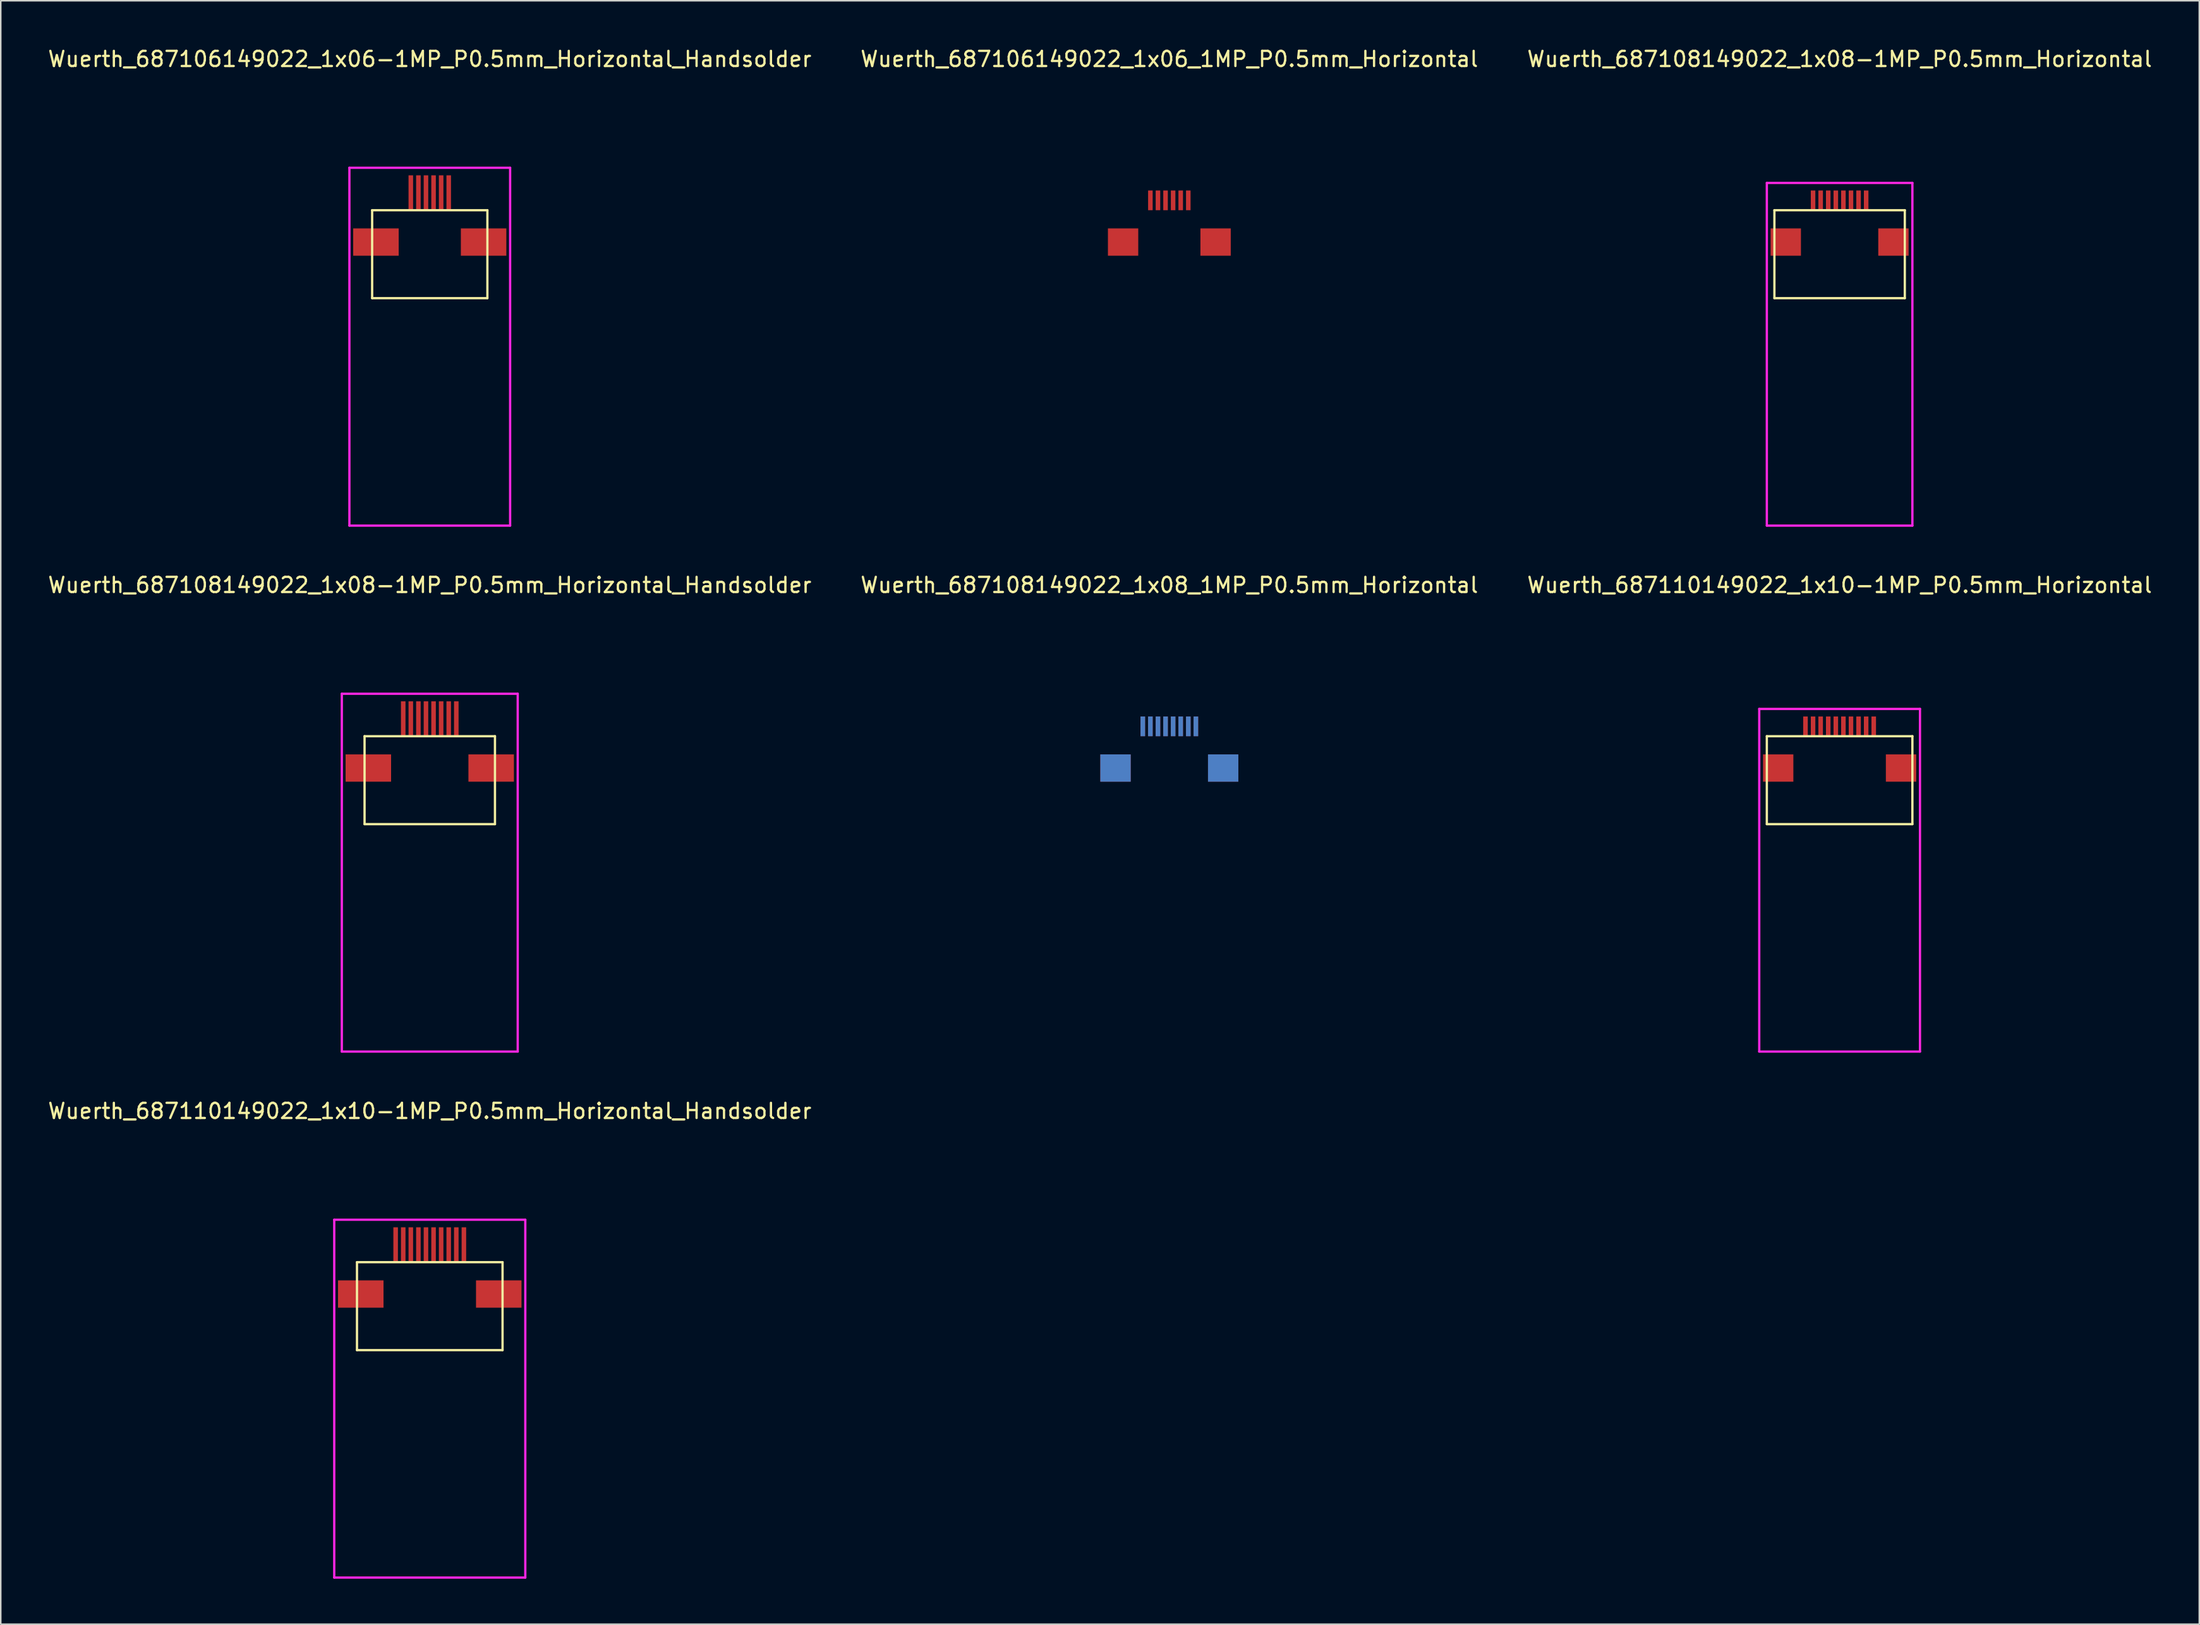
<source format=kicad_pcb>
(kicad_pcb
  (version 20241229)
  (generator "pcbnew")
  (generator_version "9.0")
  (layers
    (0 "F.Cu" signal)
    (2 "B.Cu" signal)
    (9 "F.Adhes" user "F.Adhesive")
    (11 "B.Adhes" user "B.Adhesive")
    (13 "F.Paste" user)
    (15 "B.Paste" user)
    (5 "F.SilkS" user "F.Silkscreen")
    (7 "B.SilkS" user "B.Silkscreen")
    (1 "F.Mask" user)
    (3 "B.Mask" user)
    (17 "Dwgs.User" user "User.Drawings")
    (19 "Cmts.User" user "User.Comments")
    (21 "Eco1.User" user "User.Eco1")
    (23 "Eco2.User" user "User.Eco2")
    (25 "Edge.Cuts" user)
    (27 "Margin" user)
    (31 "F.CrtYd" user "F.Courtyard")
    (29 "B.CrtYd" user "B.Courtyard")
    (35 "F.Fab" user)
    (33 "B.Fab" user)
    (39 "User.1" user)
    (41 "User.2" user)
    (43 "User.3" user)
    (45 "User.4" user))
  (footprint "Wuerth_687108149022_1x08-1MP_P0.5mm_Horizontal_Handsolder"
    (layer "F.Cu")
    (at 25.292 47.602)
    (property "Reference" "Wuerth_687108149022_1x08-1MP_P0.5mm_Horizontal_Handsolder" (at 0 -12.065 0) (layer "F.SilkS") (effects (font (size 1 1) (thickness 0.15))))
    (attr through_hole)
    (fp_line (start -4.3 -2.1) (end 4.3 -2.1) (stroke (width 0.15) (type solid)) (layer "F.SilkS"))
    (fp_line (start -4.3 3.7) (end -4.3 -2.1) (stroke (width 0.15) (type solid)) (layer "F.SilkS"))
    (fp_line (start 4.3 -2.1) (end 4.3 3.7) (stroke (width 0.15) (type solid)) (layer "F.SilkS"))
    (fp_line (start 4.3 3.7) (end -4.3 3.7) (stroke (width 0.15) (type solid)) (layer "F.SilkS"))
    (fp_line (start -5.8 -4.9) (end 5.8 -4.9) (stroke (width 0.15) (type solid)) (layer "F.CrtYd"))
    (fp_line (start -5.8 18.7) (end -5.8 -4.9) (stroke (width 0.15) (type solid)) (layer "F.CrtYd"))
    (fp_line (start 5.8 -4.9) (end 5.8 18.7) (stroke (width 0.15) (type solid)) (layer "F.CrtYd"))
    (fp_line (start 5.8 18.7) (end -5.8 18.7) (stroke (width 0.15) (type solid)) (layer "F.CrtYd"))
    (pad "1" smd rect (at -1.75 -3.25) (size 0.3 2.3) (layers "F.Cu" "F.Mask"))
    (pad "2" smd rect (at -1.25 -3.25) (size 0.3 2.3) (layers "F.Cu" "F.Mask"))
    (pad "3" smd rect (at -0.75 -3.25) (size 0.3 2.3) (layers "F.Cu" "F.Mask"))
    (pad "4" smd rect (at -0.25 -3.25) (size 0.3 2.3) (layers "F.Cu" "F.Mask"))
    (pad "5" smd rect (at 0.25 -3.25) (size 0.3 2.3) (layers "F.Cu" "F.Mask"))
    (pad "6" smd rect (at 0.75 -3.25) (size 0.3 2.3) (layers "F.Cu" "F.Mask"))
    (pad "7" smd rect (at 1.25 -3.25) (size 0.3 2.3) (layers "F.Cu" "F.Mask"))
    (pad "8" smd rect (at 1.75 -3.25) (size 0.3 2.3) (layers "F.Cu" "F.Mask"))
    (pad "MP" smd rect (at -4.05 0) (size 3 1.8) (layers "F.Cu" "F.Mask"))
    (pad "MP" smd rect (at 4.05 0) (size 3 1.8) (layers "F.Cu" "F.Mask")))
  (footprint "Wuerth_687106149022_1x06_1MP_P0.5mm_Horizontal"
    (layer "F.Cu")
    (at 74.065 12.913)
    (property "Reference" "Wuerth_687106149022_1x06_1MP_P0.5mm_Horizontal" (at 0 -12.065 0) (layer "F.SilkS") (effects (font (size 1 1) (thickness 0.15))))
    (attr through_hole)
    (pad "1" smd rect (at -1.25 -2.75) (size 0.3 1.3) (layers "F.Cu" "F.Mask"))
    (pad "2" smd rect (at -0.75 -2.75) (size 0.3 1.3) (layers "F.Cu" "F.Mask"))
    (pad "3" smd rect (at -0.25 -2.75) (size 0.3 1.3) (layers "F.Cu" "F.Mask"))
    (pad "4" smd rect (at 0.25 -2.75) (size 0.3 1.3) (layers "F.Cu" "F.Mask"))
    (pad "5" smd rect (at 0.75 -2.75) (size 0.3 1.3) (layers "F.Cu" "F.Mask"))
    (pad "6" smd rect (at 1.25 -2.75) (size 0.3 1.3) (layers "F.Cu" "F.Mask"))
    (pad "MP" smd rect (at -3.05 0) (size 2 1.8) (layers "F.Cu" "F.Mask"))
    (pad "MP" smd rect (at 3.05 0) (size 2 1.8) (layers "F.Cu" "F.Mask")))
  (footprint "Wuerth_687110149022_1x10-1MP_P0.5mm_Horizontal"
    (layer "F.Cu")
    (at 118.268 47.602)
    (property "Reference" "Wuerth_687110149022_1x10-1MP_P0.5mm_Horizontal" (at 0 -12.065 0) (layer "F.SilkS") (effects (font (size 1 1) (thickness 0.15))))
    (attr through_hole)
    (fp_line (start -4.8 -2.1) (end 4.8 -2.1) (stroke (width 0.15) (type solid)) (layer "F.SilkS"))
    (fp_line (start -4.8 3.7) (end -4.8 -2.1) (stroke (width 0.15) (type solid)) (layer "F.SilkS"))
    (fp_line (start 4.8 -2.1) (end 4.8 3.7) (stroke (width 0.15) (type solid)) (layer "F.SilkS"))
    (fp_line (start 4.8 3.7) (end -4.8 3.7) (stroke (width 0.15) (type solid)) (layer "F.SilkS"))
    (fp_line (start -5.3 -3.9) (end 5.3 -3.9) (stroke (width 0.15) (type solid)) (layer "F.CrtYd"))
    (fp_line (start -5.3 18.7) (end -5.3 -3.9) (stroke (width 0.15) (type solid)) (layer "F.CrtYd"))
    (fp_line (start 5.3 -3.9) (end 5.3 18.7) (stroke (width 0.15) (type solid)) (layer "F.CrtYd"))
    (fp_line (start 5.3 18.7) (end -5.3 18.7) (stroke (width 0.15) (type solid)) (layer "F.CrtYd"))
    (pad "1" smd rect (at -2.25 -2.75) (size 0.3 1.3) (layers "F.Cu" "F.Mask" "F.Paste"))
    (pad "2" smd rect (at -1.75 -2.75) (size 0.3 1.3) (layers "F.Cu" "F.Mask" "F.Paste"))
    (pad "3" smd rect (at -1.25 -2.75) (size 0.3 1.3) (layers "F.Cu" "F.Mask" "F.Paste"))
    (pad "4" smd rect (at -0.75 -2.75) (size 0.3 1.3) (layers "F.Cu" "F.Mask" "F.Paste"))
    (pad "5" smd rect (at -0.25 -2.75) (size 0.3 1.3) (layers "F.Cu" "F.Mask" "F.Paste"))
    (pad "6" smd rect (at 0.25 -2.75) (size 0.3 1.3) (layers "F.Cu" "F.Mask" "F.Paste"))
    (pad "7" smd rect (at 0.75 -2.75) (size 0.3 1.3) (layers "F.Cu" "F.Mask" "F.Paste"))
    (pad "8" smd rect (at 1.25 -2.75) (size 0.3 1.3) (layers "F.Cu" "F.Mask" "F.Paste"))
    (pad "9" smd rect (at 1.75 -2.75) (size 0.3 1.3) (layers "F.Cu" "F.Mask" "F.Paste"))
    (pad "10" smd rect (at 2.25 -2.75) (size 0.3 1.3) (layers "F.Cu" "F.Mask" "F.Paste"))
    (pad "MP" smd rect (at -4.05 0) (size 2 1.8) (layers "F.Cu" "F.Mask" "F.Paste"))
    (pad "MP" smd rect (at 4.05 0) (size 2 1.8) (layers "F.Cu" "F.Mask" "F.Paste")))
  (footprint "Wuerth_687110149022_1x10-1MP_P0.5mm_Horizontal_Handsolder"
    (layer "F.Cu")
    (at 25.292 82.29)
    (property "Reference" "Wuerth_687110149022_1x10-1MP_P0.5mm_Horizontal_Handsolder" (at 0 -12.065 0) (layer "F.SilkS") (effects (font (size 1 1) (thickness 0.15))))
    (attr through_hole)
    (fp_line (start -4.8 -2.1) (end 4.8 -2.1) (stroke (width 0.15) (type solid)) (layer "F.SilkS"))
    (fp_line (start -4.8 3.7) (end -4.8 -2.1) (stroke (width 0.15) (type solid)) (layer "F.SilkS"))
    (fp_line (start 4.8 -2.1) (end 4.8 3.7) (stroke (width 0.15) (type solid)) (layer "F.SilkS"))
    (fp_line (start 4.8 3.7) (end -4.8 3.7) (stroke (width 0.15) (type solid)) (layer "F.SilkS"))
    (fp_line (start -6.3 -4.9) (end 6.3 -4.9) (stroke (width 0.15) (type solid)) (layer "F.CrtYd"))
    (fp_line (start -6.3 18.7) (end -6.3 -4.9) (stroke (width 0.15) (type solid)) (layer "F.CrtYd"))
    (fp_line (start 6.3 -4.9) (end 6.3 18.7) (stroke (width 0.15) (type solid)) (layer "F.CrtYd"))
    (fp_line (start 6.3 18.7) (end -6.3 18.7) (stroke (width 0.15) (type solid)) (layer "F.CrtYd"))
    (pad "1" smd rect (at -2.25 -3.25) (size 0.3 2.3) (layers "F.Cu" "F.Mask"))
    (pad "2" smd rect (at -1.75 -3.25) (size 0.3 2.3) (layers "F.Cu" "F.Mask"))
    (pad "3" smd rect (at -1.25 -3.25) (size 0.3 2.3) (layers "F.Cu" "F.Mask"))
    (pad "4" smd rect (at -0.75 -3.25) (size 0.3 2.3) (layers "F.Cu" "F.Mask"))
    (pad "5" smd rect (at -0.25 -3.25) (size 0.3 2.3) (layers "F.Cu" "F.Mask"))
    (pad "6" smd rect (at 0.25 -3.25) (size 0.3 2.3) (layers "F.Cu" "F.Mask"))
    (pad "7" smd rect (at 0.75 -3.25) (size 0.3 2.3) (layers "F.Cu" "F.Mask"))
    (pad "8" smd rect (at 1.25 -3.25) (size 0.3 2.3) (layers "F.Cu" "F.Mask"))
    (pad "9" smd rect (at 1.75 -3.25) (size 0.3 2.3) (layers "F.Cu" "F.Mask"))
    (pad "10" smd rect (at 2.25 -3.25) (size 0.3 2.3) (layers "F.Cu" "F.Mask"))
    (pad "MP" smd rect (at -4.55 0) (size 3 1.8) (layers "F.Cu" "F.Mask"))
    (pad "MP" smd rect (at 4.55 0) (size 3 1.8) (layers "F.Cu" "F.Mask")))
  (footprint "Wuerth_687108149022_1x08-1MP_P0.5mm_Horizontal"
    (layer "F.Cu")
    (at 118.268 12.913)
    (property "Reference" "Wuerth_687108149022_1x08-1MP_P0.5mm_Horizontal" (at 0 -12.065 0) (layer "F.SilkS") (effects (font (size 1 1) (thickness 0.15))))
    (attr through_hole)
    (fp_line (start -4.3 -2.1) (end 4.3 -2.1) (stroke (width 0.15) (type solid)) (layer "F.SilkS"))
    (fp_line (start -4.3 3.7) (end -4.3 -2.1) (stroke (width 0.15) (type solid)) (layer "F.SilkS"))
    (fp_line (start 4.3 -2.1) (end 4.3 3.7) (stroke (width 0.15) (type solid)) (layer "F.SilkS"))
    (fp_line (start 4.3 3.7) (end -4.3 3.7) (stroke (width 0.15) (type solid)) (layer "F.SilkS"))
    (fp_line (start -4.8 -3.9) (end 4.8 -3.9) (stroke (width 0.15) (type solid)) (layer "F.CrtYd"))
    (fp_line (start -4.8 18.7) (end -4.8 -3.9) (stroke (width 0.15) (type solid)) (layer "F.CrtYd"))
    (fp_line (start 4.8 -3.9) (end 4.8 18.7) (stroke (width 0.15) (type solid)) (layer "F.CrtYd"))
    (fp_line (start 4.8 18.7) (end -4.8 18.7) (stroke (width 0.15) (type solid)) (layer "F.CrtYd"))
    (pad "1" smd rect (at -1.75 -2.75) (size 0.3 1.3) (layers "F.Cu" "F.Mask" "F.Paste"))
    (pad "2" smd rect (at -1.25 -2.75) (size 0.3 1.3) (layers "F.Cu" "F.Mask" "F.Paste"))
    (pad "3" smd rect (at -0.75 -2.75) (size 0.3 1.3) (layers "F.Cu" "F.Mask" "F.Paste"))
    (pad "4" smd rect (at -0.25 -2.75) (size 0.3 1.3) (layers "F.Cu" "F.Mask" "F.Paste"))
    (pad "5" smd rect (at 0.25 -2.75) (size 0.3 1.3) (layers "F.Cu" "F.Mask" "F.Paste"))
    (pad "6" smd rect (at 0.75 -2.75) (size 0.3 1.3) (layers "F.Cu" "F.Mask" "F.Paste"))
    (pad "7" smd rect (at 1.25 -2.75) (size 0.3 1.3) (layers "F.Cu" "F.Mask" "F.Paste"))
    (pad "8" smd rect (at 1.75 -2.75) (size 0.3 1.3) (layers "F.Cu" "F.Mask" "F.Paste"))
    (pad "MP" smd rect (at -3.55 0) (size 2 1.8) (layers "F.Cu" "F.Mask" "F.Paste"))
    (pad "MP" smd rect (at 3.55 0) (size 2 1.8) (layers "F.Cu" "F.Mask" "F.Paste")))
  (footprint "Wuerth_687106149022_1x06-1MP_P0.5mm_Horizontal_Handsolder"
    (layer "F.Cu")
    (at 25.292 12.913)
    (property "Reference" "Wuerth_687106149022_1x06-1MP_P0.5mm_Horizontal_Handsolder" (at 0 -12.065 0) (layer "F.SilkS") (effects (font (size 1 1) (thickness 0.15))))
    (attr through_hole)
    (fp_line (start -3.8 -2.1) (end 3.8 -2.1) (stroke (width 0.15) (type solid)) (layer "F.SilkS"))
    (fp_line (start -3.8 3.7) (end -3.8 -2.1) (stroke (width 0.15) (type solid)) (layer "F.SilkS"))
    (fp_line (start 3.8 -2.1) (end 3.8 3.7) (stroke (width 0.15) (type solid)) (layer "F.SilkS"))
    (fp_line (start 3.8 3.7) (end -3.8 3.7) (stroke (width 0.15) (type solid)) (layer "F.SilkS"))
    (fp_line (start -5.3 -4.9) (end 5.3 -4.9) (stroke (width 0.15) (type solid)) (layer "F.CrtYd"))
    (fp_line (start -5.3 18.7) (end -5.3 -4.9) (stroke (width 0.15) (type solid)) (layer "F.CrtYd"))
    (fp_line (start 5.3 -4.9) (end 5.3 18.7) (stroke (width 0.15) (type solid)) (layer "F.CrtYd"))
    (fp_line (start 5.3 18.7) (end -5.3 18.7) (stroke (width 0.15) (type solid)) (layer "F.CrtYd"))
    (pad "1" smd rect (at -1.25 -3.25) (size 0.3 2.3) (layers "F.Cu" "F.Mask"))
    (pad "2" smd rect (at -0.75 -3.25) (size 0.3 2.3) (layers "F.Cu" "F.Mask"))
    (pad "3" smd rect (at -0.25 -3.25) (size 0.3 2.3) (layers "F.Cu" "F.Mask"))
    (pad "4" smd rect (at 0.25 -3.25) (size 0.3 2.3) (layers "F.Cu" "F.Mask"))
    (pad "5" smd rect (at 0.75 -3.25) (size 0.3 2.3) (layers "F.Cu" "F.Mask"))
    (pad "6" smd rect (at 1.25 -3.25) (size 0.3 2.3) (layers "F.Cu" "F.Mask"))
    (pad "MP" smd rect (at -3.55 0) (size 3 1.8) (layers "F.Cu" "F.Mask"))
    (pad "MP" smd rect (at 3.55 0) (size 3 1.8) (layers "F.Cu" "F.Mask")))
  (footprint "Wuerth_687108149022_1x08_1MP_P0.5mm_Horizontal"
    (layer "F.Cu")
    (at 74.065 47.602)
    (property "Reference" "Wuerth_687108149022_1x08_1MP_P0.5mm_Horizontal" (at 0 -12.065 0) (layer "F.SilkS") (effects (font (size 1 1) (thickness 0.15))))
    (attr through_hole)
    (pad "1" smd rect (at -1.75 -2.75) (size 0.3 1.3) (layers "*.Cu" "*.Mask"))
    (pad "2" smd rect (at -1.25 -2.75) (size 0.3 1.3) (layers "*.Cu" "*.Mask"))
    (pad "3" smd rect (at -0.75 -2.75) (size 0.3 1.3) (layers "*.Cu" "*.Mask"))
    (pad "4" smd rect (at -0.25 -2.75) (size 0.3 1.3) (layers "*.Cu" "*.Mask"))
    (pad "5" smd rect (at 0.25 -2.75) (size 0.3 1.3) (layers "*.Cu" "*.Mask"))
    (pad "6" smd rect (at 0.75 -2.75) (size 0.3 1.3) (layers "*.Cu" "*.Mask"))
    (pad "7" smd rect (at 1.25 -2.75) (size 0.3 1.3) (layers "*.Cu" "*.Mask"))
    (pad "8" smd rect (at 1.75 -2.75) (size 0.3 1.3) (layers "*.Cu" "*.Mask"))
    (pad "MP" smd rect (at -3.55 0) (size 2 1.8) (layers "*.Cu" "*.Mask"))
    (pad "MP" smd rect (at 3.55 0) (size 2 1.8) (layers "*.Cu" "*.Mask")))
  (gr_rect
    (start -3 -3)
    (end 141.988 104.065)
    (stroke (width 0.1) (type default))
    (fill no)
    (layer "Edge.Cuts")))
</source>
